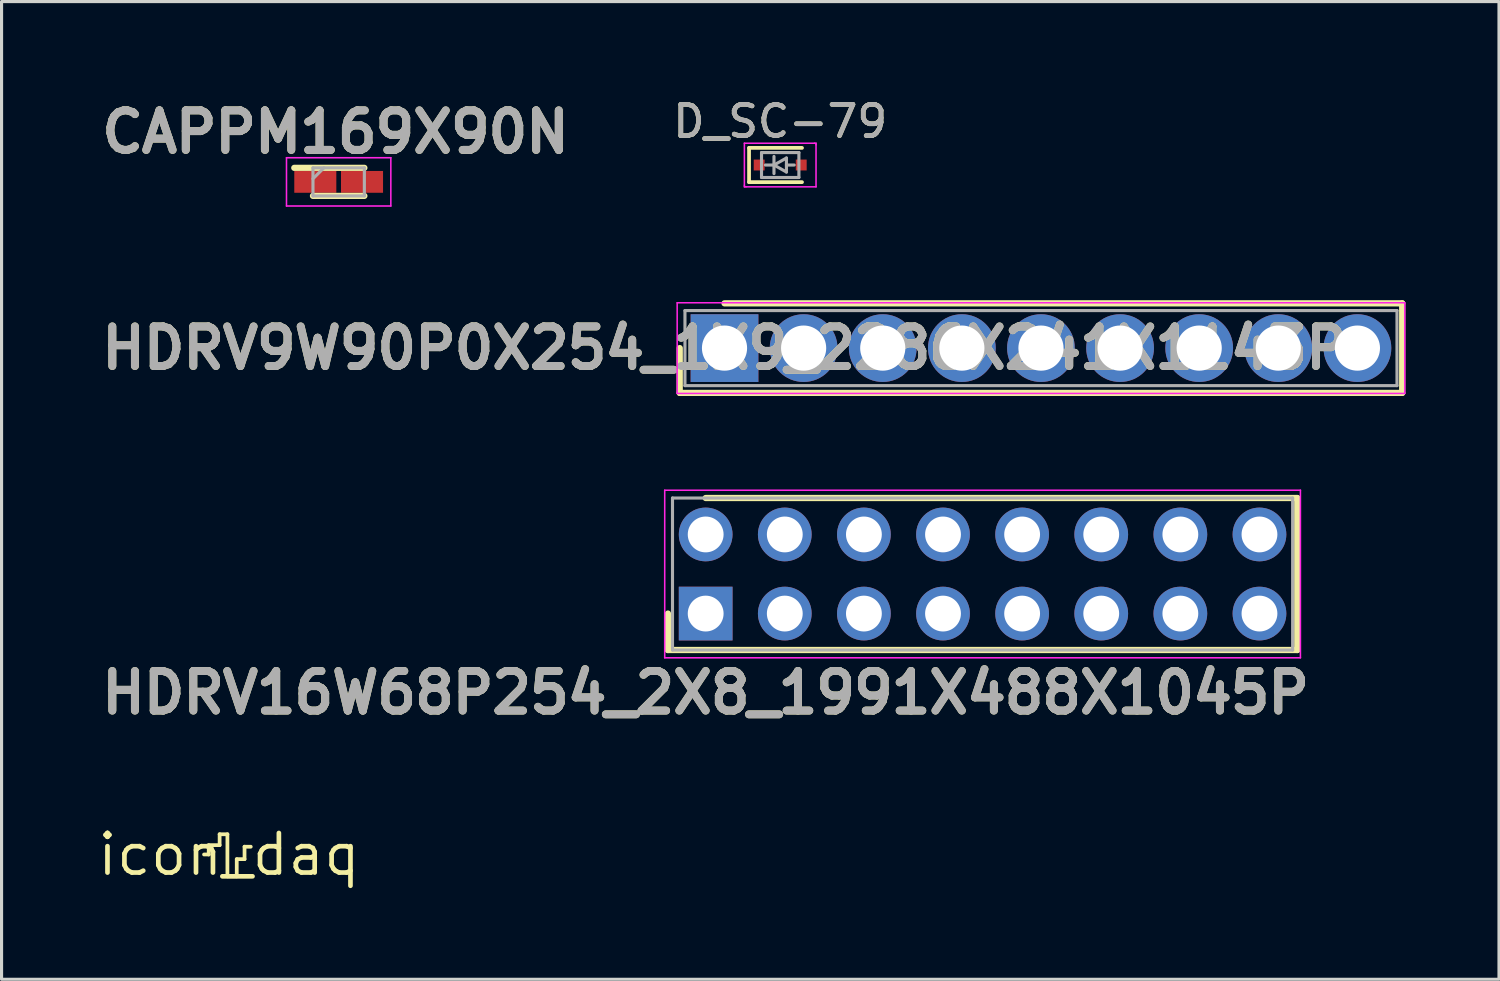
<source format=kicad_pcb>
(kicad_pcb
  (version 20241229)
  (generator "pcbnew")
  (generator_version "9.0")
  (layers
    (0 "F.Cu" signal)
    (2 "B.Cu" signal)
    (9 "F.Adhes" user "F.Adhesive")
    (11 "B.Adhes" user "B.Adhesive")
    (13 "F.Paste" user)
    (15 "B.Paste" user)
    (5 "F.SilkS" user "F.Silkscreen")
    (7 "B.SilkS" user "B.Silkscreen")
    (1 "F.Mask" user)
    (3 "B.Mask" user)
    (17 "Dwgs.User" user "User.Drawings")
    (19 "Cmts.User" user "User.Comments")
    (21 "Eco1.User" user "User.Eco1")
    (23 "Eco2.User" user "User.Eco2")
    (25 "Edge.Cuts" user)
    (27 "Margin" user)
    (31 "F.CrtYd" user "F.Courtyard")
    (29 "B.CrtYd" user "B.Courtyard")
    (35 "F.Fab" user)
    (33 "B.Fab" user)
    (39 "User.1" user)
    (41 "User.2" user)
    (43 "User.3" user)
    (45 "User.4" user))
  (footprint "CAPPM169X90N"
    (layer "F.Cu")
    (at 7.823 2.789)
    (property "Reference" "CAPPM169X90N" (at -0.1 -1.6 0) (layer "F.SilkS") (effects (font (size 1.27 1.27) (thickness 0.254))))
    (attr smd)
    (fp_line (start -0.825 0.45) (end 0.825 0.45) (stroke (width 0.2) (type solid)) (layer "F.SilkS"))
    (fp_line (start 0.825 -0.45) (end -1.425 -0.45) (stroke (width 0.2) (type solid)) (layer "F.SilkS"))
    (fp_line (start -1.675 -0.775) (end 1.675 -0.775) (stroke (width 0.05) (type solid)) (layer "F.CrtYd"))
    (fp_line (start -1.675 0.775) (end -1.675 -0.775) (stroke (width 0.05) (type solid)) (layer "F.CrtYd"))
    (fp_line (start 1.675 -0.775) (end 1.675 0.775) (stroke (width 0.05) (type solid)) (layer "F.CrtYd"))
    (fp_line (start 1.675 0.775) (end -1.675 0.775) (stroke (width 0.05) (type solid)) (layer "F.CrtYd"))
    (fp_line (start -0.825 -0.45) (end 0.825 -0.45) (stroke (width 0.1) (type solid)) (layer "F.Fab"))
    (fp_line (start -0.825 -0.1) (end -0.475 -0.45) (stroke (width 0.1) (type solid)) (layer "F.Fab"))
    (fp_line (start -0.825 0.45) (end -0.825 -0.45) (stroke (width 0.1) (type solid)) (layer "F.Fab"))
    (fp_line (start 0.825 -0.45) (end 0.825 0.45) (stroke (width 0.1) (type solid)) (layer "F.Fab"))
    (fp_line (start 0.825 0.45) (end -0.825 0.45) (stroke (width 0.1) (type solid)) (layer "F.Fab"))
    (fp_text user "${REFERENCE}" (at -0.1 -1.6 0) (layer "F.Fab") (effects (font (size 1.27 1.27) (thickness 0.254))))
    (pad "1" smd rect (at -0.75 0 90) (size 0.7 1.35) (layers "F.Cu" "F.Mask" "F.Paste"))
    (pad "2" smd rect (at 0.75 0 90) (size 0.7 1.35) (layers "F.Cu" "F.Mask" "F.Paste")))
  (footprint "HDRV9W90P0X254_1X9_2286X241X1143P"
    (layer "F.Cu")
    (at 20.211 8.126)
    (property "Reference" "HDRV9W90P0X254_1X9_2286X241X1143P" (at 0 0 0) (layer "F.SilkS") (effects (font (size 1.27 1.27) (thickness 0.254))))
    (attr through_hole)
    (fp_line (start -1.438 0) (end -1.438 1.438) (stroke (width 0.2) (type solid)) (layer "F.SilkS"))
    (fp_line (start -1.438 1.438) (end 21.757 1.438) (stroke (width 0.2) (type solid)) (layer "F.SilkS"))
    (fp_line (start 21.757 -1.437) (end 0 -1.437) (stroke (width 0.2) (type solid)) (layer "F.SilkS"))
    (fp_line (start 21.757 1.438) (end 21.757 -1.437) (stroke (width 0.2) (type solid)) (layer "F.SilkS"))
    (fp_line (start -1.52 -1.455) (end 21.84 -1.455) (stroke (width 0.05) (type solid)) (layer "F.CrtYd"))
    (fp_line (start -1.52 1.455) (end -1.52 -1.455) (stroke (width 0.05) (type solid)) (layer "F.CrtYd"))
    (fp_line (start 21.84 -1.455) (end 21.84 1.455) (stroke (width 0.05) (type solid)) (layer "F.CrtYd"))
    (fp_line (start 21.84 1.455) (end -1.52 1.455) (stroke (width 0.05) (type solid)) (layer "F.CrtYd"))
    (fp_line (start -1.27 -1.205) (end 21.59 -1.205) (stroke (width 0.1) (type solid)) (layer "F.Fab"))
    (fp_line (start -1.27 1.205) (end -1.27 -1.205) (stroke (width 0.1) (type solid)) (layer "F.Fab"))
    (fp_line (start 21.59 -1.205) (end 21.59 1.205) (stroke (width 0.1) (type solid)) (layer "F.Fab"))
    (fp_line (start 21.59 1.205) (end -1.27 1.205) (stroke (width 0.1) (type solid)) (layer "F.Fab"))
    (fp_text user "${REFERENCE}" (at 0 0 0) (layer "F.Fab") (effects (font (size 1.27 1.27) (thickness 0.254))))
    (pad "1" thru_hole rect (at 0 0) (size 2.175 2.175) (drill 1.45) (layers "*.Cu" "*.Mask"))
    (pad "2" thru_hole circle (at 2.54 0) (size 2.175 2.175) (drill 1.45) (layers "*.Cu" "*.Mask"))
    (pad "3" thru_hole circle (at 5.08 0) (size 2.175 2.175) (drill 1.45) (layers "*.Cu" "*.Mask"))
    (pad "4" thru_hole circle (at 7.62 0) (size 2.175 2.175) (drill 1.45) (layers "*.Cu" "*.Mask"))
    (pad "5" thru_hole circle (at 10.16 0) (size 2.175 2.175) (drill 1.45) (layers "*.Cu" "*.Mask"))
    (pad "6" thru_hole circle (at 12.7 0) (size 2.175 2.175) (drill 1.45) (layers "*.Cu" "*.Mask"))
    (pad "7" thru_hole circle (at 15.24 0) (size 2.175 2.175) (drill 1.45) (layers "*.Cu" "*.Mask"))
    (pad "8" thru_hole circle (at 17.78 0) (size 2.175 2.175) (drill 1.45) (layers "*.Cu" "*.Mask"))
    (pad "9" thru_hole circle (at 20.32 0) (size 2.175 2.175) (drill 1.45) (layers "*.Cu" "*.Mask")))
  (footprint "icon_daq"
    (layer "F.Cu")
    (at 4.301 24.384)
    (property "Reference" "icon_daq" (at 0 0 0) (layer "F.SilkS") (effects (font (size 1.27 1.27) (thickness 0.15))))
    (attr through_hole)
    (fp_line (start -0.8 0) (end -0.65 0) (stroke (width 0.12) (type solid)) (layer "F.SilkS"))
    (fp_line (start -0.65 -0.3) (end -0.3 -0.3) (stroke (width 0.12) (type solid)) (layer "F.SilkS"))
    (fp_line (start -0.65 0) (end -0.65 -0.3) (stroke (width 0.12) (type solid)) (layer "F.SilkS"))
    (fp_line (start -0.3 -0.65) (end -0.05 -0.65) (stroke (width 0.12) (type solid)) (layer "F.SilkS"))
    (fp_line (start -0.3 -0.3) (end -0.3 -0.65) (stroke (width 0.12) (type solid)) (layer "F.SilkS"))
    (fp_line (start -0.05 -0.65) (end -0.05 0.7) (stroke (width 0.12) (type solid)) (layer "F.SilkS"))
    (fp_line (start -0.05 0.7) (end 0.25 0.7) (stroke (width 0.12) (type solid)) (layer "F.SilkS"))
    (fp_line (start 0.25 0.15) (end 0.5 0.15) (stroke (width 0.12) (type solid)) (layer "F.SilkS"))
    (fp_line (start 0.25 0.7) (end 0.25 0.15) (stroke (width 0.12) (type solid)) (layer "F.SilkS"))
    (fp_line (start 0.5 -0.25) (end 0.7 -0.25) (stroke (width 0.12) (type solid)) (layer "F.SilkS"))
    (fp_line (start 0.5 0.15) (end 0.5 -0.25) (stroke (width 0.12) (type solid)) (layer "F.SilkS")))
  (footprint "HDRV16W68P254_2X8_1991X488X1045P"
    (layer "F.Cu")
    (at 19.606 16.649)
    (property "Reference" "HDRV16W68P254_2X8_1991X488X1045P" (at 0 2.54 0) (layer "F.SilkS") (effects (font (size 1.27 1.27) (thickness 0.254))))
    (attr through_hole)
    (fp_line (start -1.212 0) (end -1.212 1.17) (stroke (width 0.2) (type solid)) (layer "F.SilkS"))
    (fp_line (start -1.212 1.17) (end 18.993 1.17) (stroke (width 0.2) (type solid)) (layer "F.SilkS"))
    (fp_line (start 18.993 -3.71) (end 0 -3.71) (stroke (width 0.2) (type solid)) (layer "F.SilkS"))
    (fp_line (start 18.993 1.17) (end 18.993 -3.71) (stroke (width 0.2) (type solid)) (layer "F.SilkS"))
    (fp_line (start -1.315 -3.96) (end 19.095 -3.96) (stroke (width 0.05) (type solid)) (layer "F.CrtYd"))
    (fp_line (start -1.315 1.42) (end -1.315 -3.96) (stroke (width 0.05) (type solid)) (layer "F.CrtYd"))
    (fp_line (start 19.095 -3.96) (end 19.095 1.42) (stroke (width 0.05) (type solid)) (layer "F.CrtYd"))
    (fp_line (start 19.095 1.42) (end -1.315 1.42) (stroke (width 0.05) (type solid)) (layer "F.CrtYd"))
    (fp_line (start -1.065 -3.71) (end 18.845 -3.71) (stroke (width 0.1) (type solid)) (layer "F.Fab"))
    (fp_line (start -1.065 1.17) (end -1.065 -3.71) (stroke (width 0.1) (type solid)) (layer "F.Fab"))
    (fp_line (start 18.845 -3.71) (end 18.845 1.17) (stroke (width 0.1) (type solid)) (layer "F.Fab"))
    (fp_line (start 18.845 1.17) (end -1.065 1.17) (stroke (width 0.1) (type solid)) (layer "F.Fab"))
    (fp_text user "${REFERENCE}" (at 0 2.54 0) (layer "F.Fab") (effects (font (size 1.27 1.27) (thickness 0.254))))
    (pad "1" thru_hole rect (at 0 0) (size 1.725 1.725) (drill 1.15) (layers "*.Cu" "*.Mask"))
    (pad "2" thru_hole circle (at 0 -2.54) (size 1.725 1.725) (drill 1.15) (layers "*.Cu" "*.Mask"))
    (pad "3" thru_hole circle (at 2.54 0) (size 1.725 1.725) (drill 1.15) (layers "*.Cu" "*.Mask"))
    (pad "4" thru_hole circle (at 2.54 -2.54) (size 1.725 1.725) (drill 1.15) (layers "*.Cu" "*.Mask"))
    (pad "5" thru_hole circle (at 5.08 0) (size 1.725 1.725) (drill 1.15) (layers "*.Cu" "*.Mask"))
    (pad "6" thru_hole circle (at 5.08 -2.54) (size 1.725 1.725) (drill 1.15) (layers "*.Cu" "*.Mask"))
    (pad "7" thru_hole circle (at 7.62 0) (size 1.725 1.725) (drill 1.15) (layers "*.Cu" "*.Mask"))
    (pad "8" thru_hole circle (at 7.62 -2.54) (size 1.725 1.725) (drill 1.15) (layers "*.Cu" "*.Mask"))
    (pad "9" thru_hole circle (at 10.16 0) (size 1.725 1.725) (drill 1.15) (layers "*.Cu" "*.Mask"))
    (pad "10" thru_hole circle (at 10.16 -2.54) (size 1.725 1.725) (drill 1.15) (layers "*.Cu" "*.Mask"))
    (pad "11" thru_hole circle (at 12.7 0) (size 1.725 1.725) (drill 1.15) (layers "*.Cu" "*.Mask"))
    (pad "12" thru_hole circle (at 12.7 -2.54) (size 1.725 1.725) (drill 1.15) (layers "*.Cu" "*.Mask"))
    (pad "13" thru_hole circle (at 15.24 0) (size 1.725 1.725) (drill 1.15) (layers "*.Cu" "*.Mask"))
    (pad "14" thru_hole circle (at 15.24 -2.54) (size 1.725 1.725) (drill 1.15) (layers "*.Cu" "*.Mask"))
    (pad "15" thru_hole circle (at 17.78 0) (size 1.725 1.725) (drill 1.15) (layers "*.Cu" "*.Mask"))
    (pad "16" thru_hole circle (at 17.78 -2.54) (size 1.725 1.725) (drill 1.15) (layers "*.Cu" "*.Mask")))
  (footprint "D_SC-79"
    (layer "F.Cu")
    (at 21.999 2.248)
    (property "Reference" "D_SC-79" (at 0 -1.4 0) (layer "F.SilkS") (effects (font (size 1 1) (thickness 0.15))))
    (attr smd)
    (fp_line (start -1 -0.55) (end -1 0.55) (stroke (width 0.12) (type solid)) (layer "F.SilkS"))
    (fp_line (start -1 0.55) (end 0.7 0.55) (stroke (width 0.12) (type solid)) (layer "F.SilkS"))
    (fp_line (start 0.7 -0.55) (end -1 -0.55) (stroke (width 0.12) (type solid)) (layer "F.SilkS"))
    (fp_line (start -1.15 -0.7) (end 1.1 -0.7) (stroke (width 0.05) (type solid)) (layer "F.CrtYd"))
    (fp_line (start -1.15 0.65) (end -1.15 -0.7) (stroke (width 0.05) (type solid)) (layer "F.CrtYd"))
    (fp_line (start -1.15 0.65) (end -1.15 0.7) (stroke (width 0.05) (type solid)) (layer "F.CrtYd"))
    (fp_line (start -1.15 0.7) (end -1.1 0.7) (stroke (width 0.05) (type solid)) (layer "F.CrtYd"))
    (fp_line (start 1.1 -0.7) (end 1.15 -0.7) (stroke (width 0.05) (type solid)) (layer "F.CrtYd"))
    (fp_line (start 1.15 -0.7) (end 1.15 -0.65) (stroke (width 0.05) (type solid)) (layer "F.CrtYd"))
    (fp_line (start 1.15 -0.65) (end 1.15 0.7) (stroke (width 0.05) (type solid)) (layer "F.CrtYd"))
    (fp_line (start 1.15 0.7) (end -1.1 0.7) (stroke (width 0.05) (type solid)) (layer "F.CrtYd"))
    (fp_line (start -0.6 -0.4) (end 0.6 -0.4) (stroke (width 0.1) (type solid)) (layer "F.Fab"))
    (fp_line (start -0.6 0.4) (end -0.6 -0.4) (stroke (width 0.1) (type solid)) (layer "F.Fab"))
    (fp_line (start -0.2 -0.275) (end -0.2 0.275) (stroke (width 0.1) (type solid)) (layer "F.Fab"))
    (fp_line (start -0.2 0) (end -0.475 0) (stroke (width 0.1) (type solid)) (layer "F.Fab"))
    (fp_line (start -0.2 0) (end 0.2 -0.225) (stroke (width 0.1) (type solid)) (layer "F.Fab"))
    (fp_line (start 0.2 -0.225) (end 0.2 0.225) (stroke (width 0.1) (type solid)) (layer "F.Fab"))
    (fp_line (start 0.2 0) (end 0.45 0) (stroke (width 0.1) (type solid)) (layer "F.Fab"))
    (fp_line (start 0.2 0.225) (end -0.2 0) (stroke (width 0.1) (type solid)) (layer "F.Fab"))
    (fp_line (start 0.6 -0.4) (end 0.6 0.4) (stroke (width 0.1) (type solid)) (layer "F.Fab"))
    (fp_line (start 0.6 0.4) (end -0.6 0.4) (stroke (width 0.1) (type solid)) (layer "F.Fab"))
    (fp_text user "${REFERENCE}" (at 0 -1.4 0) (layer "F.Fab") (effects (font (size 1 1) (thickness 0.15))))
    (pad "1" smd rect (at -0.675 0) (size 0.35 0.35) (layers "F.Cu" "F.Mask" "F.Paste"))
    (pad "2" smd rect (at 0.675 0) (size 0.35 0.35) (layers "F.Cu" "F.Mask" "F.Paste")))
  (gr_rect
    (start -3 -3)
    (end 45.076 28.39)
    (stroke (width 0.1) (type default))
    (fill no)
    (layer "Edge.Cuts")))
</source>
